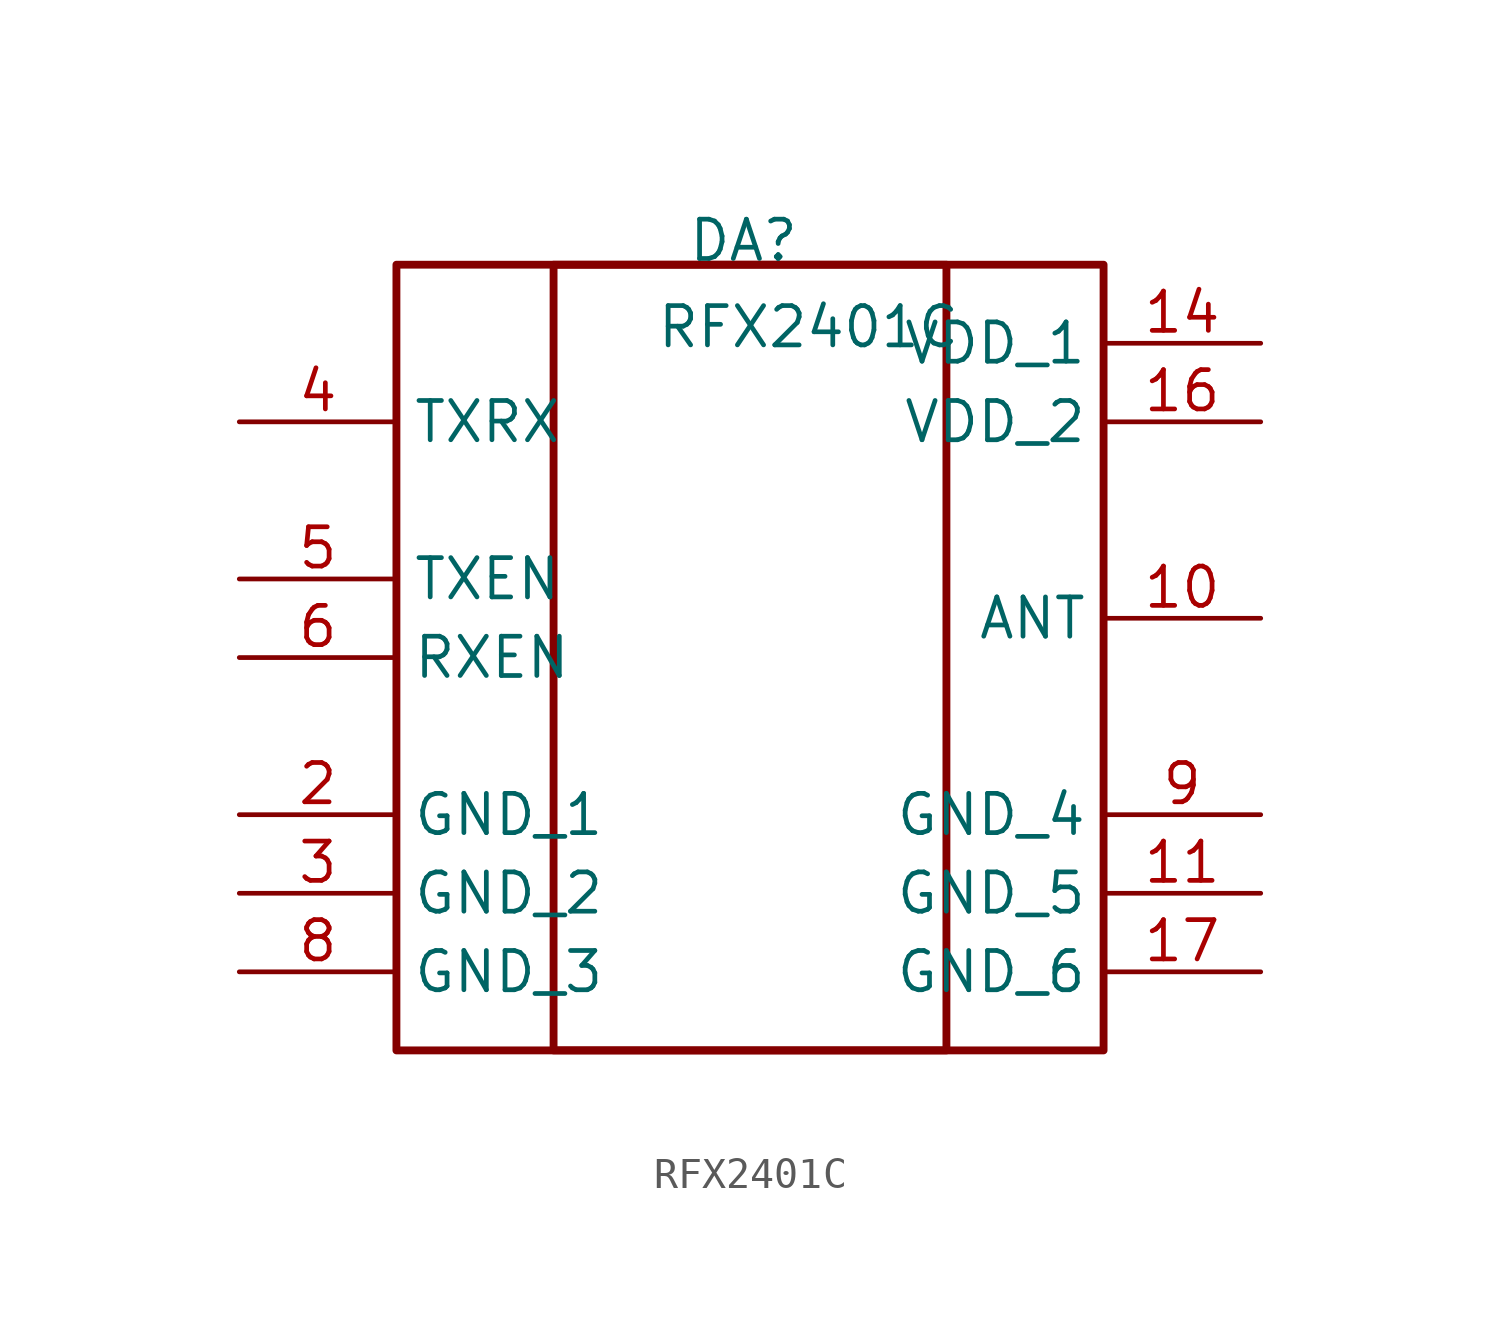
<source format=kicad_sym>
(kicad_symbol_lib
  (version 20241209)
  (generator "kicad_symbol_editor")
  (generator_version "9.0")
  (symbol "RFX2401C"
    (property "Reference" "DA"
      (at 11.938 14.224 0)
      (effects (font (size 1.27 1.27)) (justify left top)))
    (property "Value" "RFX2401C"
      (at 10.922 11.43 0)
      (effects (font (size 1.27 1.27)) (justify left top)))
    (symbol "RFX2401C_1_1"
      (rectangle (start 2.54 12.7) (end 25.4 -12.7) (stroke (width 0.254) (type default)) (fill (type none)))
      (rectangle (start 7.62 12.7) (end 20.32 -12.7) (stroke (width 0.254) (type default)) (fill (type none)))
      (pin passive line (at -2.54 7.62 0) (length 5.08) (name "TXRX" (effects (font (size 1.27 1.27)))) (number "4" (effects (font (size 1.27 1.27)))))
      (pin passive line (at -2.54 2.54 0) (length 5.08) (name "TXEN" (effects (font (size 1.27 1.27)))) (number "5" (effects (font (size 1.27 1.27)))))
      (pin passive line (at -2.54 0 0) (length 5.08) (name "RXEN" (effects (font (size 1.27 1.27)))) (number "6" (effects (font (size 1.27 1.27)))))
      (pin passive line (at -2.54 -5.08 0) (length 5.08) (name "GND_1" (effects (font (size 1.27 1.27)))) (number "2" (effects (font (size 1.27 1.27)))))
      (pin passive line (at -2.54 -7.62 0) (length 5.08) (name "GND_2" (effects (font (size 1.27 1.27)))) (number "3" (effects (font (size 1.27 1.27)))))
      (pin passive line (at -2.54 -10.16 0) (length 5.08) (name "GND_3" (effects (font (size 1.27 1.27)))) (number "8" (effects (font (size 1.27 1.27)))))
      (pin passive line (at 11.43 -3.81 0) (length 5.08) (hide yes) (name "N/C_1" (effects (font (size 1.27 1.27)))) (number "1" (effects (font (size 1.27 1.27)))))
      (pin passive line (at 11.43 -6.35 0) (length 5.08) (hide yes) (name "N/C_2" (effects (font (size 1.27 1.27)))) (number "7" (effects (font (size 1.27 1.27)))))
      (pin passive line (at 11.43 -8.89 0) (length 5.08) (hide yes) (name "N/C_3" (effects (font (size 1.27 1.27)))) (number "12" (effects (font (size 1.27 1.27)))))
      (pin passive line (at 11.43 -11.43 0) (length 5.08) (hide yes) (name "N/C_4" (effects (font (size 1.27 1.27)))) (number "15" (effects (font (size 1.27 1.27)))))
      (pin passive line (at 11.43 -12.7 0) (length 5.08) (hide yes) (name "DNC" (effects (font (size 1.27 1.27)))) (number "13" (effects (font (size 1.27 1.27)))))
      (pin passive line (at 30.48 10.16 180) (length 5.08) (name "VDD_1" (effects (font (size 1.27 1.27)))) (number "14" (effects (font (size 1.27 1.27)))))
      (pin passive line (at 30.48 7.62 180) (length 5.08) (name "VDD_2" (effects (font (size 1.27 1.27)))) (number "16" (effects (font (size 1.27 1.27)))))
      (pin passive line (at 30.48 1.27 180) (length 5.08) (name "ANT" (effects (font (size 1.27 1.27)))) (number "10" (effects (font (size 1.27 1.27)))))
      (pin passive line (at 30.48 -5.08 180) (length 5.08) (name "GND_4" (effects (font (size 1.27 1.27)))) (number "9" (effects (font (size 1.27 1.27)))))
      (pin passive line (at 30.48 -7.62 180) (length 5.08) (name "GND_5" (effects (font (size 1.27 1.27)))) (number "11" (effects (font (size 1.27 1.27)))))
      (pin passive line (at 30.48 -10.16 180) (length 5.08) (name "GND_6" (effects (font (size 1.27 1.27)))) (number "17" (effects (font (size 1.27 1.27))))))))
</source>
